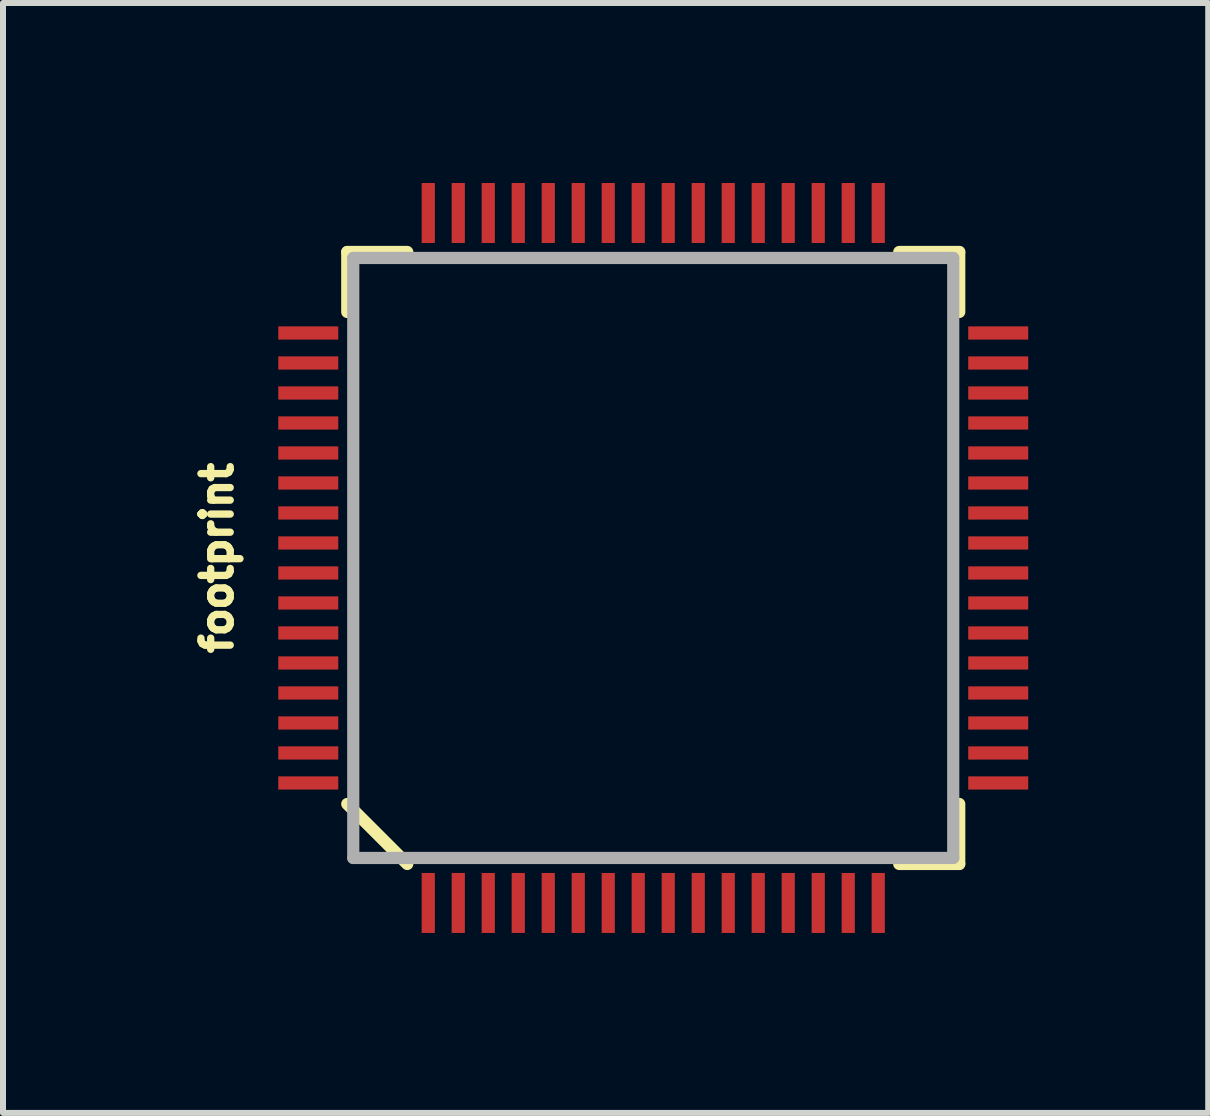
<source format=kicad_pcb>
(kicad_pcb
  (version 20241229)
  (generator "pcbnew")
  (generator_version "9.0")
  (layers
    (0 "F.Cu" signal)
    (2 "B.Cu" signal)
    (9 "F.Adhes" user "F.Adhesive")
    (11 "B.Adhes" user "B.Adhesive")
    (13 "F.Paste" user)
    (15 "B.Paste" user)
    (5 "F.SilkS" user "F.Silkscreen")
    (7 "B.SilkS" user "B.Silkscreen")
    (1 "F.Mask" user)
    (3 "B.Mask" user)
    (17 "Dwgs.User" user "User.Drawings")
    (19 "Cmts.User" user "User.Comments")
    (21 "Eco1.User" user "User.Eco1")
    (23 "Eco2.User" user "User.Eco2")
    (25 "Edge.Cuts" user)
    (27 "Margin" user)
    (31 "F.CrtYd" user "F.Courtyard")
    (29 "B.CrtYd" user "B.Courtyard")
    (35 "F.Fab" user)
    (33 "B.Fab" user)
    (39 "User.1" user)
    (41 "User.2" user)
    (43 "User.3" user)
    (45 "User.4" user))
  (footprint "footprint"
    (layer "F.Cu")
    (at 7.838 6.25)
    (property "Reference" "footprint" (at -6.985 0 90) (layer "F.SilkS") (effects (font (size 0.488 0.488) (thickness 0.122)) (justify bottom)))
    (fp_line (start -5.1 -5.1) (end -4.1 -5.1) (stroke (width 0.203) (type solid)) (layer "F.SilkS"))
    (fp_line (start -5.1 -4.1) (end -5.1 -5.1) (stroke (width 0.203) (type solid)) (layer "F.SilkS"))
    (fp_line (start -5.1 4.1) (end -4.1 5.1) (stroke (width 0.203) (type solid)) (layer "F.SilkS"))
    (fp_line (start 4.1 -5.1) (end 5.1 -5.1) (stroke (width 0.203) (type solid)) (layer "F.SilkS"))
    (fp_line (start 4.1 5.1) (end 5.1 5.1) (stroke (width 0.203) (type solid)) (layer "F.SilkS"))
    (fp_line (start 5.1 -5.1) (end 5.1 -4.1) (stroke (width 0.203) (type solid)) (layer "F.SilkS"))
    (fp_line (start 5.1 5.1) (end 5.1 4.1) (stroke (width 0.203) (type solid)) (layer "F.SilkS"))
    (fp_line (start -5 -5) (end 5 -5) (stroke (width 0.203) (type solid)) (layer "F.Fab"))
    (fp_line (start -5 5) (end -5 -5) (stroke (width 0.203) (type solid)) (layer "F.Fab"))
    (fp_line (start 5 -5) (end 5 5) (stroke (width 0.203) (type solid)) (layer "F.Fab"))
    (fp_line (start 5 5) (end -5 5) (stroke (width 0.203) (type solid)) (layer "F.Fab"))
    (pad "1" smd rect (at -3.75 5.75) (size 0.22 1) (layers "F.Cu" "F.Mask" "F.Paste"))
    (pad "2" smd rect (at -3.25 5.75) (size 0.22 1) (layers "F.Cu" "F.Mask" "F.Paste"))
    (pad "3" smd rect (at -2.75 5.75) (size 0.22 1) (layers "F.Cu" "F.Mask" "F.Paste"))
    (pad "4" smd rect (at -2.25 5.75) (size 0.22 1) (layers "F.Cu" "F.Mask" "F.Paste"))
    (pad "5" smd rect (at -1.75 5.75) (size 0.22 1) (layers "F.Cu" "F.Mask" "F.Paste"))
    (pad "6" smd rect (at -1.25 5.75) (size 0.22 1) (layers "F.Cu" "F.Mask" "F.Paste"))
    (pad "7" smd rect (at -0.75 5.75) (size 0.22 1) (layers "F.Cu" "F.Mask" "F.Paste"))
    (pad "8" smd rect (at -0.25 5.75) (size 0.22 1) (layers "F.Cu" "F.Mask" "F.Paste"))
    (pad "9" smd rect (at 0.25 5.75) (size 0.22 1) (layers "F.Cu" "F.Mask" "F.Paste"))
    (pad "10" smd rect (at 0.75 5.75) (size 0.22 1) (layers "F.Cu" "F.Mask" "F.Paste"))
    (pad "11" smd rect (at 1.25 5.75) (size 0.22 1) (layers "F.Cu" "F.Mask" "F.Paste"))
    (pad "12" smd rect (at 1.75 5.75) (size 0.22 1) (layers "F.Cu" "F.Mask" "F.Paste"))
    (pad "13" smd rect (at 2.25 5.75) (size 0.22 1) (layers "F.Cu" "F.Mask" "F.Paste"))
    (pad "14" smd rect (at 2.75 5.75) (size 0.22 1) (layers "F.Cu" "F.Mask" "F.Paste"))
    (pad "15" smd rect (at 3.25 5.75) (size 0.22 1) (layers "F.Cu" "F.Mask" "F.Paste"))
    (pad "16" smd rect (at 3.75 5.75) (size 0.22 1) (layers "F.Cu" "F.Mask" "F.Paste"))
    (pad "17" smd rect (at 5.75 3.75 90) (size 0.22 1) (layers "F.Cu" "F.Mask" "F.Paste"))
    (pad "18" smd rect (at 5.75 3.25 90) (size 0.22 1) (layers "F.Cu" "F.Mask" "F.Paste"))
    (pad "19" smd rect (at 5.75 2.75 90) (size 0.22 1) (layers "F.Cu" "F.Mask" "F.Paste"))
    (pad "20" smd rect (at 5.75 2.25 90) (size 0.22 1) (layers "F.Cu" "F.Mask" "F.Paste"))
    (pad "21" smd rect (at 5.75 1.75 90) (size 0.22 1) (layers "F.Cu" "F.Mask" "F.Paste"))
    (pad "22" smd rect (at 5.75 1.25 90) (size 0.22 1) (layers "F.Cu" "F.Mask" "F.Paste"))
    (pad "23" smd rect (at 5.75 0.75 90) (size 0.22 1) (layers "F.Cu" "F.Mask" "F.Paste"))
    (pad "24" smd rect (at 5.75 0.25 90) (size 0.22 1) (layers "F.Cu" "F.Mask" "F.Paste"))
    (pad "25" smd rect (at 5.75 -0.25 90) (size 0.22 1) (layers "F.Cu" "F.Mask" "F.Paste"))
    (pad "26" smd rect (at 5.75 -0.75 90) (size 0.22 1) (layers "F.Cu" "F.Mask" "F.Paste"))
    (pad "27" smd rect (at 5.75 -1.25 90) (size 0.22 1) (layers "F.Cu" "F.Mask" "F.Paste"))
    (pad "28" smd rect (at 5.75 -1.75 90) (size 0.22 1) (layers "F.Cu" "F.Mask" "F.Paste"))
    (pad "29" smd rect (at 5.75 -2.25 90) (size 0.22 1) (layers "F.Cu" "F.Mask" "F.Paste"))
    (pad "30" smd rect (at 5.75 -2.75 90) (size 0.22 1) (layers "F.Cu" "F.Mask" "F.Paste"))
    (pad "31" smd rect (at 5.75 -3.25 90) (size 0.22 1) (layers "F.Cu" "F.Mask" "F.Paste"))
    (pad "32" smd rect (at 5.75 -3.75 90) (size 0.22 1) (layers "F.Cu" "F.Mask" "F.Paste"))
    (pad "33" smd rect (at 3.75 -5.75 180) (size 0.22 1) (layers "F.Cu" "F.Mask" "F.Paste"))
    (pad "34" smd rect (at 3.25 -5.75 180) (size 0.22 1) (layers "F.Cu" "F.Mask" "F.Paste"))
    (pad "35" smd rect (at 2.75 -5.75 180) (size 0.22 1) (layers "F.Cu" "F.Mask" "F.Paste"))
    (pad "36" smd rect (at 2.25 -5.75 180) (size 0.22 1) (layers "F.Cu" "F.Mask" "F.Paste"))
    (pad "37" smd rect (at 1.75 -5.75 180) (size 0.22 1) (layers "F.Cu" "F.Mask" "F.Paste"))
    (pad "38" smd rect (at 1.25 -5.75 180) (size 0.22 1) (layers "F.Cu" "F.Mask" "F.Paste"))
    (pad "39" smd rect (at 0.75 -5.75 180) (size 0.22 1) (layers "F.Cu" "F.Mask" "F.Paste"))
    (pad "40" smd rect (at 0.25 -5.75 180) (size 0.22 1) (layers "F.Cu" "F.Mask" "F.Paste"))
    (pad "41" smd rect (at -0.25 -5.75 180) (size 0.22 1) (layers "F.Cu" "F.Mask" "F.Paste"))
    (pad "42" smd rect (at -0.75 -5.75 180) (size 0.22 1) (layers "F.Cu" "F.Mask" "F.Paste"))
    (pad "43" smd rect (at -1.25 -5.75 180) (size 0.22 1) (layers "F.Cu" "F.Mask" "F.Paste"))
    (pad "44" smd rect (at -1.75 -5.75 180) (size 0.22 1) (layers "F.Cu" "F.Mask" "F.Paste"))
    (pad "45" smd rect (at -2.25 -5.75 180) (size 0.22 1) (layers "F.Cu" "F.Mask" "F.Paste"))
    (pad "46" smd rect (at -2.75 -5.75 180) (size 0.22 1) (layers "F.Cu" "F.Mask" "F.Paste"))
    (pad "47" smd rect (at -3.25 -5.75 180) (size 0.22 1) (layers "F.Cu" "F.Mask" "F.Paste"))
    (pad "48" smd rect (at -3.75 -5.75 180) (size 0.22 1) (layers "F.Cu" "F.Mask" "F.Paste"))
    (pad "49" smd rect (at -5.75 -3.75 270) (size 0.22 1) (layers "F.Cu" "F.Mask" "F.Paste"))
    (pad "50" smd rect (at -5.75 -3.25 270) (size 0.22 1) (layers "F.Cu" "F.Mask" "F.Paste"))
    (pad "51" smd rect (at -5.75 -2.75 270) (size 0.22 1) (layers "F.Cu" "F.Mask" "F.Paste"))
    (pad "52" smd rect (at -5.75 -2.25 270) (size 0.22 1) (layers "F.Cu" "F.Mask" "F.Paste"))
    (pad "53" smd rect (at -5.75 -1.75 270) (size 0.22 1) (layers "F.Cu" "F.Mask" "F.Paste"))
    (pad "54" smd rect (at -5.75 -1.25 270) (size 0.22 1) (layers "F.Cu" "F.Mask" "F.Paste"))
    (pad "55" smd rect (at -5.75 -0.75 270) (size 0.22 1) (layers "F.Cu" "F.Mask" "F.Paste"))
    (pad "56" smd rect (at -5.75 -0.25 270) (size 0.22 1) (layers "F.Cu" "F.Mask" "F.Paste"))
    (pad "57" smd rect (at -5.75 0.25 270) (size 0.22 1) (layers "F.Cu" "F.Mask" "F.Paste"))
    (pad "58" smd rect (at -5.75 0.75 270) (size 0.22 1) (layers "F.Cu" "F.Mask" "F.Paste"))
    (pad "59" smd rect (at -5.75 1.25 270) (size 0.22 1) (layers "F.Cu" "F.Mask" "F.Paste"))
    (pad "60" smd rect (at -5.75 1.75 270) (size 0.22 1) (layers "F.Cu" "F.Mask" "F.Paste"))
    (pad "61" smd rect (at -5.75 2.25 270) (size 0.22 1) (layers "F.Cu" "F.Mask" "F.Paste"))
    (pad "62" smd rect (at -5.75 2.75 270) (size 0.22 1) (layers "F.Cu" "F.Mask" "F.Paste"))
    (pad "63" smd rect (at -5.75 3.25 270) (size 0.22 1) (layers "F.Cu" "F.Mask" "F.Paste"))
    (pad "64" smd rect (at -5.75 3.75 270) (size 0.22 1) (layers "F.Cu" "F.Mask" "F.Paste")))
  (gr_rect
    (start -3 -3)
    (end 17.088 15.5)
    (stroke (width 0.1) (type default))
    (fill no)
    (layer "Edge.Cuts")))
</source>
